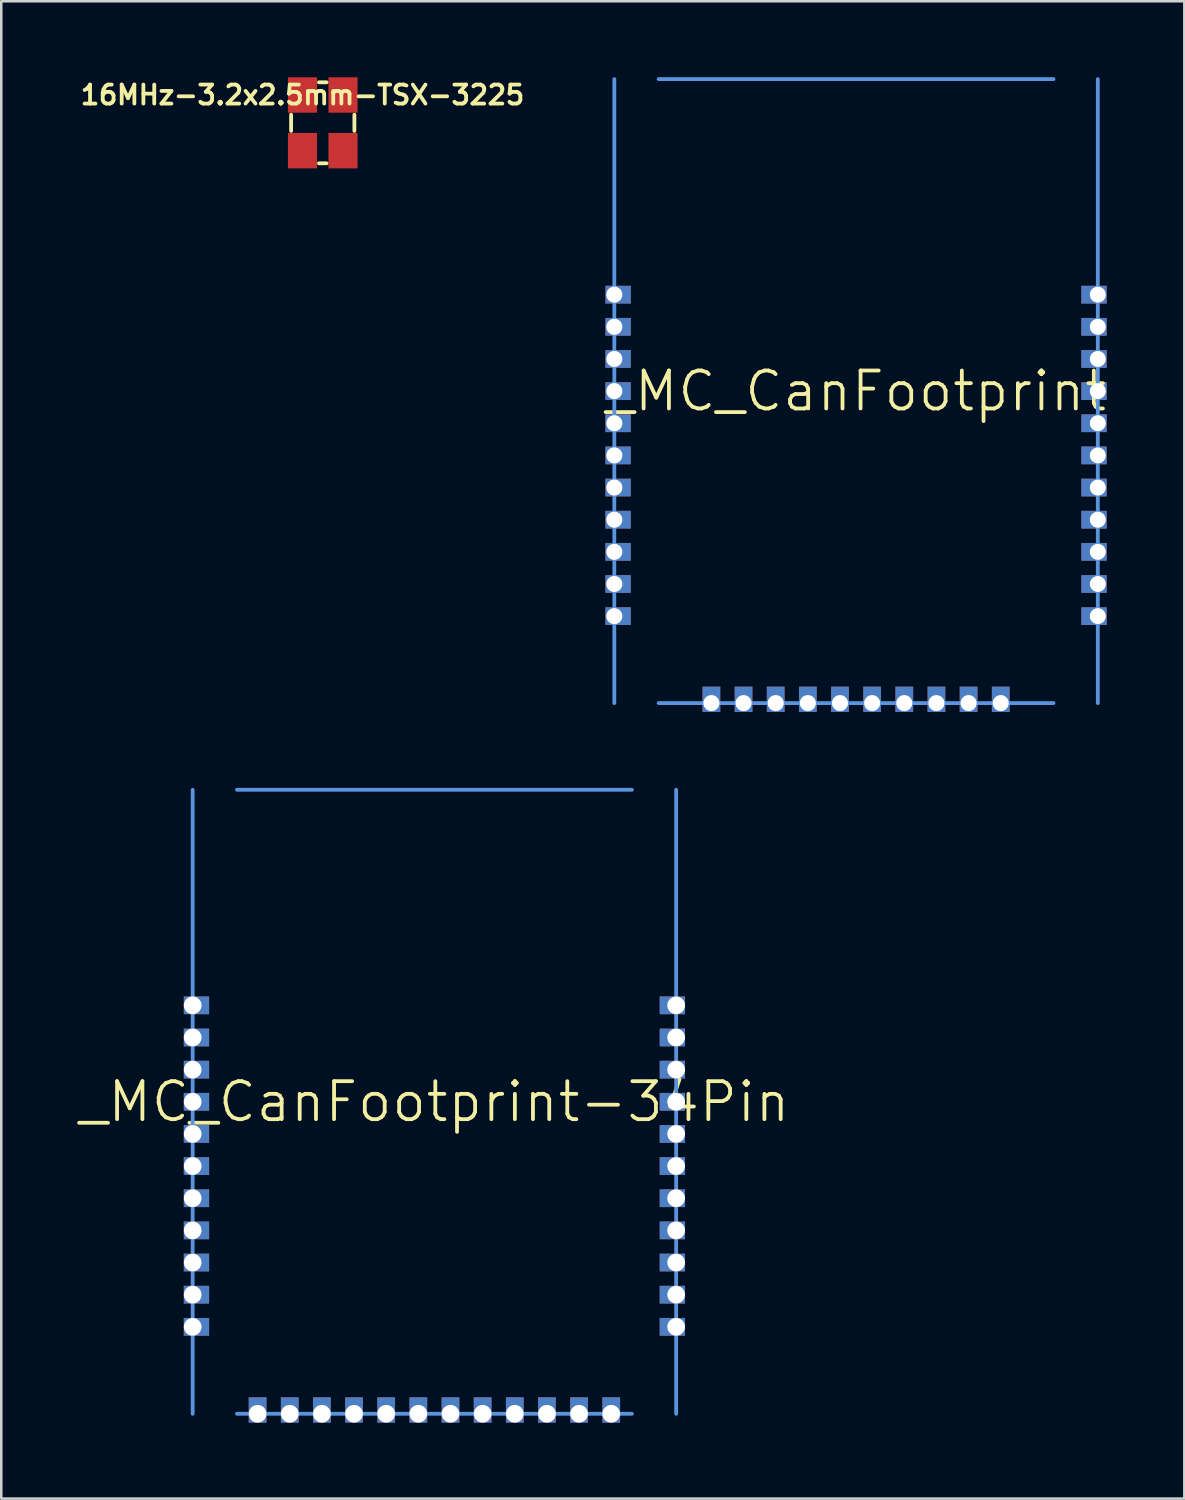
<source format=kicad_pcb>
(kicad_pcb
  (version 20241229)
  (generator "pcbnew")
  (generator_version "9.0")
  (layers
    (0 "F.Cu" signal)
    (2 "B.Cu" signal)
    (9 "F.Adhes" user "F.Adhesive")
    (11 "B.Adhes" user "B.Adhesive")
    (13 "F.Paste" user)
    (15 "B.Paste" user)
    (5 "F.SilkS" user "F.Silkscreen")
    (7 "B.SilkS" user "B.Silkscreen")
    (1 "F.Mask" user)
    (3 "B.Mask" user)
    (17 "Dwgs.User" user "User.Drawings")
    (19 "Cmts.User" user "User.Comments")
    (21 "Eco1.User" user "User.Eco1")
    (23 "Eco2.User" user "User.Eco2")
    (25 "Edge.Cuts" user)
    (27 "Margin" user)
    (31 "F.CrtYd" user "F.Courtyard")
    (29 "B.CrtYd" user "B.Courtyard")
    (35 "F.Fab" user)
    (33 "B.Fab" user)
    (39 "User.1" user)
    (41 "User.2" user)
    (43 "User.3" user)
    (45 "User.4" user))
  (footprint "_MC_CanFootprint-34Pin"
    (layer "F.Cu")
    (at 14.111 40.475)
    (property "Reference" "_MC_CanFootprint-34Pin" (at 0 0 0) (layer "F.SilkS") (effects (font (size 1.5 1.5) (thickness 0.15))))
    (attr through_hole)
    (fp_line (start -9.55 12.325) (end -9.55 -12.325) (stroke (width 0.15) (type solid)) (layer "Cmts.User"))
    (fp_line (start -7.8 -12.325) (end 7.8 -12.325) (stroke (width 0.15) (type solid)) (layer "Cmts.User"))
    (fp_line (start -7.8 12.325) (end 7.8 12.325) (stroke (width 0.15) (type solid)) (layer "Cmts.User"))
    (fp_line (start 9.55 -12.325) (end 9.55 12.325) (stroke (width 0.15) (type solid)) (layer "Cmts.User"))
    (pad "1" thru_hole trapezoid (at -9.55 -3.81) (size 1 0.7) (drill 0.7 (offset 0.15 0)) (layers "*.Cu" "*.Mask"))
    (pad "2" thru_hole trapezoid (at -9.55 -2.54) (size 1 0.7) (drill 0.7 (offset 0.15 0)) (layers "*.Cu" "*.Mask"))
    (pad "3" thru_hole trapezoid (at -9.55 -1.27) (size 1 0.7) (drill 0.7 (offset 0.15 0)) (layers "*.Cu" "*.Mask"))
    (pad "4" thru_hole trapezoid (at -9.55 0) (size 1 0.7) (drill 0.7 (offset 0.15 0)) (layers "*.Cu" "*.Mask"))
    (pad "5" thru_hole trapezoid (at -9.55 1.27) (size 1 0.7) (drill 0.7 (offset 0.15 0)) (layers "*.Cu" "*.Mask"))
    (pad "6" thru_hole trapezoid (at -9.55 2.54) (size 1 0.7) (drill 0.7 (offset 0.15 0)) (layers "*.Cu" "*.Mask"))
    (pad "7" thru_hole trapezoid (at -9.55 3.81) (size 1 0.7) (drill 0.7 (offset 0.15 0)) (layers "*.Cu" "*.Mask"))
    (pad "8" thru_hole trapezoid (at -9.55 5.08) (size 1 0.7) (drill 0.7 (offset 0.15 0)) (layers "*.Cu" "*.Mask"))
    (pad "9" thru_hole trapezoid (at -9.55 6.35) (size 1 0.7) (drill 0.7 (offset 0.15 0)) (layers "*.Cu" "*.Mask"))
    (pad "10" thru_hole trapezoid (at -9.55 7.62) (size 1 0.7) (drill 0.7 (offset 0.15 0)) (layers "*.Cu" "*.Mask"))
    (pad "11" thru_hole trapezoid (at -9.55 8.89) (size 1 0.7) (drill 0.7 (offset 0.15 0)) (layers "*.Cu" "*.Mask"))
    (pad "12" thru_hole rect (at -6.985 12.325) (size 0.7 1) (drill 0.7 (offset 0 -0.15)) (layers "*.Cu" "*.Mask"))
    (pad "13" thru_hole rect (at -5.715 12.325) (size 0.7 1) (drill 0.7 (offset 0 -0.15)) (layers "*.Cu" "*.Mask"))
    (pad "14" thru_hole rect (at -4.445 12.325) (size 0.7 1) (drill 0.7 (offset 0 -0.15)) (layers "*.Cu" "*.Mask"))
    (pad "15" thru_hole rect (at -3.175 12.325) (size 0.7 1) (drill 0.7 (offset 0 -0.15)) (layers "*.Cu" "*.Mask"))
    (pad "16" thru_hole rect (at -1.905 12.325) (size 0.7 1) (drill 0.7 (offset 0 -0.15)) (layers "*.Cu" "*.Mask"))
    (pad "17" thru_hole rect (at -0.635 12.325) (size 0.7 1) (drill 0.7 (offset 0 -0.15)) (layers "*.Cu" "*.Mask"))
    (pad "18" thru_hole rect (at 0.635 12.325) (size 0.7 1) (drill 0.7 (offset 0 -0.15)) (layers "*.Cu" "*.Mask"))
    (pad "19" thru_hole rect (at 1.905 12.325) (size 0.7 1) (drill 0.7 (offset 0 -0.15)) (layers "*.Cu" "*.Mask"))
    (pad "20" thru_hole rect (at 3.175 12.325) (size 0.7 1) (drill 0.7 (offset 0 -0.15)) (layers "*.Cu" "*.Mask"))
    (pad "21" thru_hole rect (at 4.445 12.325) (size 0.7 1) (drill 0.7 (offset 0 -0.15)) (layers "*.Cu" "*.Mask"))
    (pad "22" thru_hole rect (at 5.715 12.325) (size 0.7 1) (drill 0.7 (offset 0 -0.15)) (layers "*.Cu" "*.Mask"))
    (pad "23" thru_hole rect (at 6.985 12.325) (size 0.7 1) (drill 0.7 (offset 0 -0.15)) (layers "*.Cu" "*.Mask"))
    (pad "24" thru_hole rect (at 9.55 8.89) (size 1 0.7) (drill 0.7 (offset -0.15 0)) (layers "*.Cu" "*.Mask"))
    (pad "25" thru_hole rect (at 9.55 7.62) (size 1 0.7) (drill 0.7 (offset -0.15 0)) (layers "*.Cu" "*.Mask"))
    (pad "26" thru_hole rect (at 9.55 6.35) (size 1 0.7) (drill 0.7 (offset -0.15 0)) (layers "*.Cu" "*.Mask"))
    (pad "27" thru_hole rect (at 9.55 5.08) (size 1 0.7) (drill 0.7 (offset -0.15 0)) (layers "*.Cu" "*.Mask"))
    (pad "28" thru_hole rect (at 9.55 3.81) (size 1 0.7) (drill 0.7 (offset -0.15 0)) (layers "*.Cu" "*.Mask"))
    (pad "29" thru_hole rect (at 9.55 2.54) (size 1 0.7) (drill 0.7 (offset -0.15 0)) (layers "*.Cu" "*.Mask"))
    (pad "30" thru_hole rect (at 9.55 1.27) (size 1 0.7) (drill 0.7 (offset -0.15 0)) (layers "*.Cu" "*.Mask"))
    (pad "31" thru_hole rect (at 9.55 0) (size 1 0.7) (drill 0.7 (offset -0.15 0)) (layers "*.Cu" "*.Mask"))
    (pad "32" thru_hole rect (at 9.55 -1.27) (size 1 0.7) (drill 0.7 (offset -0.15 0)) (layers "*.Cu" "*.Mask"))
    (pad "33" thru_hole rect (at 9.55 -2.54) (size 1 0.7) (drill 0.7 (offset -0.15 0)) (layers "*.Cu" "*.Mask"))
    (pad "34" thru_hole rect (at 9.55 -3.81) (size 1 0.7) (drill 0.7 (offset -0.15 0)) (layers "*.Cu" "*.Mask")))
  (footprint "16MHz-3.2x2.5mm-TSX-3225"
    (layer "F.Cu")
    (at 9.7 1.802)
    (property "Reference" "16MHz-3.2x2.5mm-TSX-3225" (at -0.8 -1.1 0) (layer "F.SilkS") (effects (font (size 0.75 0.75) (thickness 0.15))))
    (attr through_hole)
    (fp_line (start -1.25 0.32) (end -1.25 -0.32) (stroke (width 0.15) (type solid)) (layer "F.SilkS"))
    (fp_line (start -0.15 -1.6) (end 0.15 -1.6) (stroke (width 0.15) (type solid)) (layer "F.SilkS"))
    (fp_line (start -0.15 1.6) (end 0.15 1.6) (stroke (width 0.15) (type solid)) (layer "F.SilkS"))
    (fp_line (start 1.25 -0.32) (end 1.25 0.32) (stroke (width 0.15) (type solid)) (layer "F.SilkS"))
    (fp_line (start -1.25 -1.6) (end -1.25 1.6) (stroke (width 0.15) (type solid)) (layer "Eco1.User"))
    (fp_line (start -1.25 -1.6) (end 1.25 -1.6) (stroke (width 0.15) (type solid)) (layer "Eco1.User"))
    (fp_line (start 1.25 -1.6) (end 1.25 1.6) (stroke (width 0.15) (type solid)) (layer "Eco1.User"))
    (fp_line (start 1.25 1.6) (end -1.25 1.6) (stroke (width 0.15) (type solid)) (layer "Eco1.User"))
    (pad "1" smd rect (at -0.8 -1.1) (size 1.15 1.4) (layers "F.Cu" "F.Mask" "F.Paste"))
    (pad "2" smd rect (at -0.8 1.1) (size 1.15 1.4) (layers "F.Cu" "F.Mask" "F.Paste"))
    (pad "3" smd rect (at 0.8 1.1) (size 1.15 1.4) (layers "F.Cu" "F.Mask" "F.Paste"))
    (pad "4" smd rect (at 0.8 -1.1) (size 1.15 1.4) (layers "F.Cu" "F.Mask" "F.Paste")))
  (footprint "_MC_CanFootprint"
    (layer "F.Cu")
    (at 30.768 12.4)
    (property "Reference" "_MC_CanFootprint" (at 0 0 0) (layer "F.SilkS") (effects (font (size 1.5 1.5) (thickness 0.15))))
    (attr through_hole)
    (fp_line (start -9.55 12.325) (end -9.55 -12.325) (stroke (width 0.15) (type solid)) (layer "Cmts.User"))
    (fp_line (start -7.8 -12.325) (end 7.8 -12.325) (stroke (width 0.15) (type solid)) (layer "Cmts.User"))
    (fp_line (start -7.8 12.325) (end 7.8 12.325) (stroke (width 0.15) (type solid)) (layer "Cmts.User"))
    (fp_line (start 9.55 -12.325) (end 9.55 12.325) (stroke (width 0.15) (type solid)) (layer "Cmts.User"))
    (pad "1" thru_hole trapezoid (at -9.55 -3.81) (size 1 0.7) (drill 0.635 (offset 0.15 0)) (layers "*.Cu" "*.Mask"))
    (pad "2" thru_hole trapezoid (at -9.55 -2.54) (size 1 0.7) (drill 0.635 (offset 0.15 0)) (layers "*.Cu" "*.Mask"))
    (pad "3" thru_hole trapezoid (at -9.55 -1.27) (size 1 0.7) (drill 0.635 (offset 0.15 0)) (layers "*.Cu" "*.Mask"))
    (pad "4" thru_hole trapezoid (at -9.55 0) (size 1 0.7) (drill 0.635 (offset 0.15 0)) (layers "*.Cu" "*.Mask"))
    (pad "5" thru_hole trapezoid (at -9.55 1.27) (size 1 0.7) (drill 0.635 (offset 0.15 0)) (layers "*.Cu" "*.Mask"))
    (pad "6" thru_hole trapezoid (at -9.55 2.54) (size 1 0.7) (drill 0.635 (offset 0.15 0)) (layers "*.Cu" "*.Mask"))
    (pad "7" thru_hole trapezoid (at -9.55 3.81) (size 1 0.7) (drill 0.635 (offset 0.15 0)) (layers "*.Cu" "*.Mask"))
    (pad "8" thru_hole trapezoid (at -9.55 5.08) (size 1 0.7) (drill 0.635 (offset 0.15 0)) (layers "*.Cu" "*.Mask"))
    (pad "9" thru_hole trapezoid (at -9.55 6.35) (size 1 0.7) (drill 0.635 (offset 0.15 0)) (layers "*.Cu" "*.Mask"))
    (pad "10" thru_hole trapezoid (at -9.55 7.62) (size 1 0.7) (drill 0.635 (offset 0.15 0)) (layers "*.Cu" "*.Mask"))
    (pad "11" thru_hole trapezoid (at -9.55 8.89) (size 1 0.7) (drill 0.635 (offset 0.15 0)) (layers "*.Cu" "*.Mask"))
    (pad "12" thru_hole rect (at -5.715 12.325) (size 0.7 1) (drill 0.635 (offset 0 -0.15)) (layers "*.Cu" "*.Mask"))
    (pad "13" thru_hole rect (at -4.445 12.325) (size 0.7 1) (drill 0.635 (offset 0 -0.15)) (layers "*.Cu" "*.Mask"))
    (pad "14" thru_hole rect (at -3.175 12.325) (size 0.7 1) (drill 0.635 (offset 0 -0.15)) (layers "*.Cu" "*.Mask"))
    (pad "15" thru_hole rect (at -1.905 12.325) (size 0.7 1) (drill 0.635 (offset 0 -0.15)) (layers "*.Cu" "*.Mask"))
    (pad "16" thru_hole rect (at -0.635 12.325) (size 0.7 1) (drill 0.635 (offset 0 -0.15)) (layers "*.Cu" "*.Mask"))
    (pad "17" thru_hole rect (at 0.635 12.325) (size 0.7 1) (drill 0.635 (offset 0 -0.15)) (layers "*.Cu" "*.Mask"))
    (pad "18" thru_hole rect (at 1.905 12.325) (size 0.7 1) (drill 0.635 (offset 0 -0.15)) (layers "*.Cu" "*.Mask"))
    (pad "19" thru_hole rect (at 3.175 12.325) (size 0.7 1) (drill 0.635 (offset 0 -0.15)) (layers "*.Cu" "*.Mask"))
    (pad "20" thru_hole rect (at 4.445 12.325) (size 0.7 1) (drill 0.635 (offset 0 -0.15)) (layers "*.Cu" "*.Mask"))
    (pad "21" thru_hole rect (at 5.715 12.325) (size 0.7 1) (drill 0.635 (offset 0 -0.15)) (layers "*.Cu" "*.Mask"))
    (pad "22" thru_hole rect (at 9.55 8.89) (size 1 0.7) (drill 0.63 (offset -0.15 0)) (layers "*.Cu" "*.Mask"))
    (pad "23" thru_hole rect (at 9.55 7.62) (size 1 0.7) (drill 0.63 (offset -0.15 0)) (layers "*.Cu" "*.Mask"))
    (pad "24" thru_hole rect (at 9.55 6.35) (size 1 0.7) (drill 0.63 (offset -0.15 0)) (layers "*.Cu" "*.Mask"))
    (pad "25" thru_hole rect (at 9.55 5.08) (size 1 0.7) (drill 0.63 (offset -0.15 0)) (layers "*.Cu" "*.Mask"))
    (pad "26" thru_hole rect (at 9.55 3.81) (size 1 0.7) (drill 0.63 (offset -0.15 0)) (layers "*.Cu" "*.Mask"))
    (pad "27" thru_hole rect (at 9.55 2.54) (size 1 0.7) (drill 0.63 (offset -0.15 0)) (layers "*.Cu" "*.Mask"))
    (pad "28" thru_hole rect (at 9.55 1.27) (size 1 0.7) (drill 0.63 (offset -0.15 0)) (layers "*.Cu" "*.Mask"))
    (pad "29" thru_hole rect (at 9.55 0) (size 1 0.7) (drill 0.63 (offset -0.15 0)) (layers "*.Cu" "*.Mask"))
    (pad "30" thru_hole rect (at 9.55 -1.27) (size 1 0.7) (drill 0.63 (offset -0.15 0)) (layers "*.Cu" "*.Mask"))
    (pad "31" thru_hole rect (at 9.55 -2.54) (size 1 0.7) (drill 0.63 (offset -0.15 0)) (layers "*.Cu" "*.Mask"))
    (pad "32" thru_hole rect (at 9.55 -3.81) (size 1 0.7) (drill 0.63 (offset -0.15 0)) (layers "*.Cu" "*.Mask")))
  (gr_rect
    (start -3 -3)
    (end 43.736 56.15)
    (stroke (width 0.1) (type default))
    (fill no)
    (layer "Edge.Cuts")))
</source>
